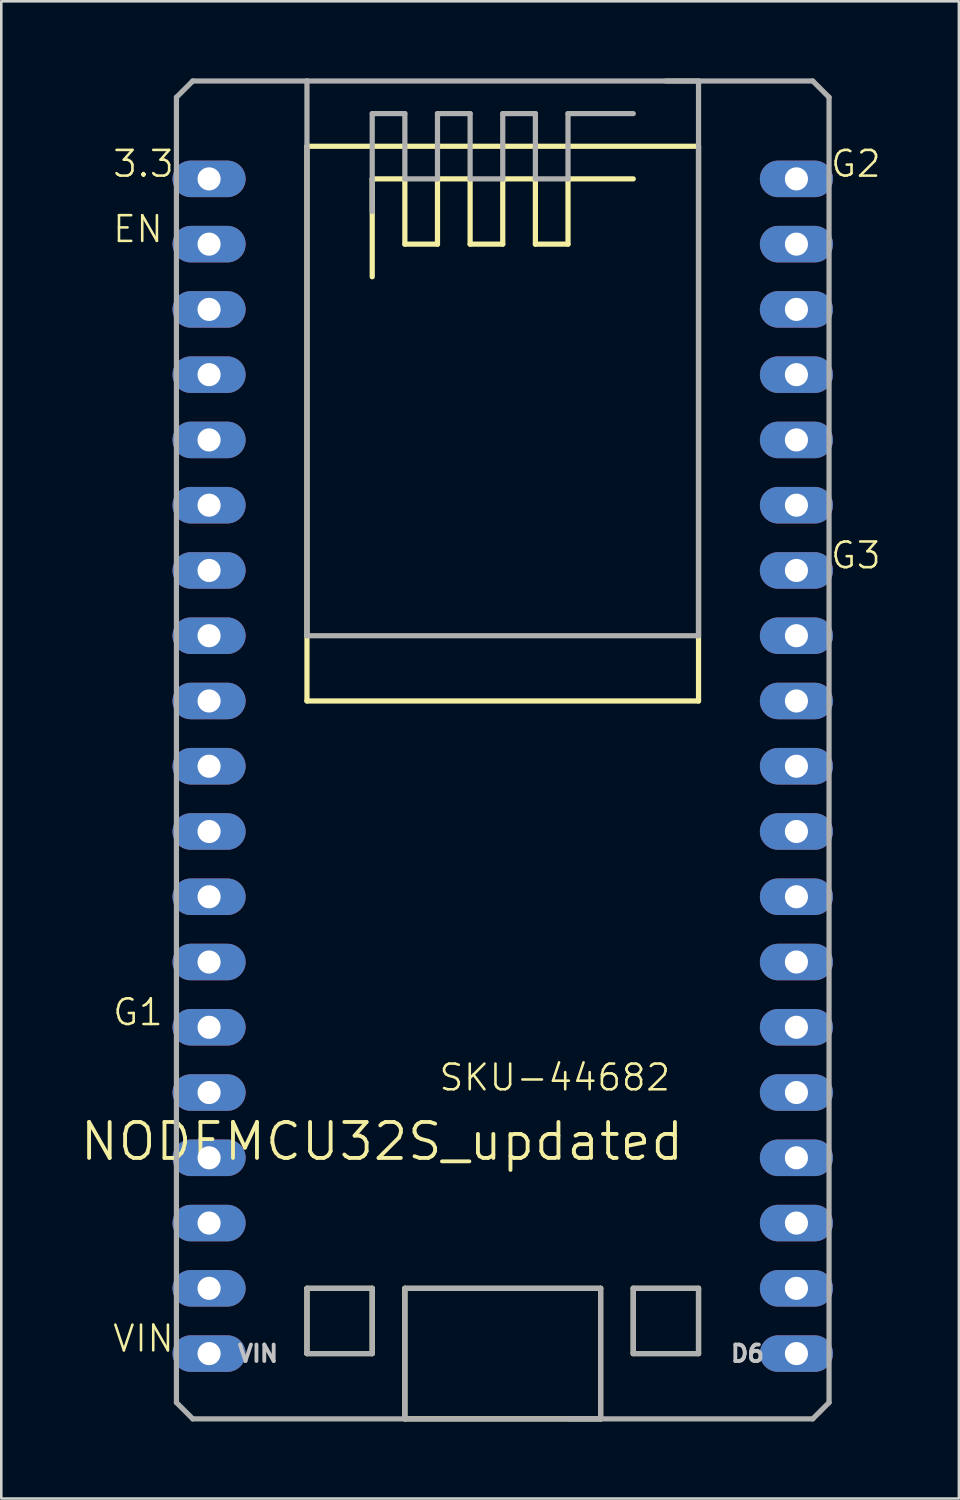
<source format=kicad_pcb>
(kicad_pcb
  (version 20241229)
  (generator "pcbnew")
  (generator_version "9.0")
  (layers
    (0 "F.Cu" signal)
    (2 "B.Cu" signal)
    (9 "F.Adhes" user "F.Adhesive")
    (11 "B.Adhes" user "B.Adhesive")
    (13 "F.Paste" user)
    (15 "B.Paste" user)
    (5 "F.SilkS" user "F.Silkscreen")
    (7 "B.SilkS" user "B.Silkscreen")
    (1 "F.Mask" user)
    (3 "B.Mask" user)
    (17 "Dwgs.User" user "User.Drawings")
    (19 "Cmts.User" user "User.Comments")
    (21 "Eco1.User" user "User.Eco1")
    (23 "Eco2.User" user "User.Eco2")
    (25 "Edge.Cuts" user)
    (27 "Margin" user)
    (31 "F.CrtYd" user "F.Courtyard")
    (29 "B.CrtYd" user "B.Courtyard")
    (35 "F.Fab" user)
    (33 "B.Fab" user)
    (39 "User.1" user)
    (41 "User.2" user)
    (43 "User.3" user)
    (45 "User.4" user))
  (footprint "NODEMCU32S_updated"
    (layer "F.Cu")
    (at 16.517 25.502)
    (property "Reference" "NODEMCU32S_updated" (at -4.699 15.875 180) (layer "F.SilkS") (effects (font (size 1.4 1.4) (thickness 0.15))))
    (attr through_hole)
    (fp_line (start -7.62 -22.86) (end -7.62 -1.27) (stroke (width 0.203) (type solid)) (layer "F.SilkS"))
    (fp_line (start -7.62 -22.86) (end 7.62 -22.86) (stroke (width 0.203) (type solid)) (layer "F.SilkS"))
    (fp_line (start -7.62 -1.27) (end 7.62 -1.27) (stroke (width 0.203) (type solid)) (layer "F.SilkS"))
    (fp_line (start -7.62 21.59) (end -5.08 21.59) (stroke (width 0.203) (type solid)) (layer "F.SilkS"))
    (fp_line (start -7.62 24.13) (end -7.62 21.59) (stroke (width 0.203) (type solid)) (layer "F.SilkS"))
    (fp_line (start -5.08 -21.59) (end -3.81 -21.59) (stroke (width 0.203) (type solid)) (layer "F.SilkS"))
    (fp_line (start -5.08 -17.78) (end -5.08 -21.59) (stroke (width 0.203) (type solid)) (layer "F.SilkS"))
    (fp_line (start -5.08 21.59) (end -5.08 24.13) (stroke (width 0.203) (type solid)) (layer "F.SilkS"))
    (fp_line (start -5.08 24.13) (end -7.62 24.13) (stroke (width 0.203) (type solid)) (layer "F.SilkS"))
    (fp_line (start -3.81 -21.59) (end -3.81 -19.05) (stroke (width 0.203) (type solid)) (layer "F.SilkS"))
    (fp_line (start -3.81 -19.05) (end -2.54 -19.05) (stroke (width 0.203) (type solid)) (layer "F.SilkS"))
    (fp_line (start -3.81 21.59) (end 3.81 21.59) (stroke (width 0.203) (type solid)) (layer "F.SilkS"))
    (fp_line (start -3.81 26.67) (end -3.81 21.59) (stroke (width 0.203) (type solid)) (layer "F.SilkS"))
    (fp_line (start -3.81 26.67) (end 3.81 26.67) (stroke (width 0.203) (type solid)) (layer "F.SilkS"))
    (fp_line (start -2.54 -21.59) (end -1.27 -21.59) (stroke (width 0.203) (type solid)) (layer "F.SilkS"))
    (fp_line (start -2.54 -19.05) (end -2.54 -21.59) (stroke (width 0.203) (type solid)) (layer "F.SilkS"))
    (fp_line (start -1.27 -21.59) (end -1.27 -19.05) (stroke (width 0.203) (type solid)) (layer "F.SilkS"))
    (fp_line (start -1.27 -19.05) (end 0 -19.05) (stroke (width 0.203) (type solid)) (layer "F.SilkS"))
    (fp_line (start 0 -21.59) (end 1.27 -21.59) (stroke (width 0.203) (type solid)) (layer "F.SilkS"))
    (fp_line (start 0 -19.05) (end 0 -21.59) (stroke (width 0.203) (type solid)) (layer "F.SilkS"))
    (fp_line (start 1.27 -21.59) (end 1.27 -19.05) (stroke (width 0.203) (type solid)) (layer "F.SilkS"))
    (fp_line (start 1.27 -19.05) (end 2.54 -19.05) (stroke (width 0.203) (type solid)) (layer "F.SilkS"))
    (fp_line (start 2.54 -21.59) (end 5.08 -21.59) (stroke (width 0.203) (type solid)) (layer "F.SilkS"))
    (fp_line (start 2.54 -19.05) (end 2.54 -21.59) (stroke (width 0.203) (type solid)) (layer "F.SilkS"))
    (fp_line (start 3.81 21.59) (end 3.81 26.67) (stroke (width 0.203) (type solid)) (layer "F.SilkS"))
    (fp_line (start 5.08 21.59) (end 5.08 24.13) (stroke (width 0.203) (type solid)) (layer "F.SilkS"))
    (fp_line (start 5.08 24.13) (end 7.62 24.13) (stroke (width 0.203) (type solid)) (layer "F.SilkS"))
    (fp_line (start 7.62 -1.27) (end 7.62 -22.86) (stroke (width 0.203) (type solid)) (layer "F.SilkS"))
    (fp_line (start 7.62 21.59) (end 5.08 21.59) (stroke (width 0.203) (type solid)) (layer "F.SilkS"))
    (fp_line (start 7.62 24.13) (end 7.62 21.59) (stroke (width 0.203) (type solid)) (layer "F.SilkS"))
    (fp_line (start -12.7 -24.765) (end -12.065 -25.4) (stroke (width 0.203) (type solid)) (layer "F.Fab"))
    (fp_line (start -12.7 26.035) (end -12.7 -24.765) (stroke (width 0.203) (type solid)) (layer "F.Fab"))
    (fp_line (start -12.7 26.035) (end -12.065 26.67) (stroke (width 0.203) (type solid)) (layer "F.Fab"))
    (fp_line (start -12.065 -25.4) (end -7.62 -25.4) (stroke (width 0.203) (type solid)) (layer "F.Fab"))
    (fp_line (start -12.065 26.67) (end -3.81 26.67) (stroke (width 0.203) (type solid)) (layer "F.Fab"))
    (fp_line (start -7.62 -25.4) (end -7.62 -3.81) (stroke (width 0.203) (type solid)) (layer "F.Fab"))
    (fp_line (start -7.62 -25.4) (end 7.62 -25.4) (stroke (width 0.203) (type solid)) (layer "F.Fab"))
    (fp_line (start -7.62 -3.81) (end 7.62 -3.81) (stroke (width 0.203) (type solid)) (layer "F.Fab"))
    (fp_line (start -7.62 21.59) (end -5.08 21.59) (stroke (width 0.203) (type solid)) (layer "F.Fab"))
    (fp_line (start -7.62 24.13) (end -7.62 21.59) (stroke (width 0.203) (type solid)) (layer "F.Fab"))
    (fp_line (start -5.08 -24.13) (end -3.81 -24.13) (stroke (width 0.203) (type solid)) (layer "F.Fab"))
    (fp_line (start -5.08 -20.32) (end -5.08 -24.13) (stroke (width 0.203) (type solid)) (layer "F.Fab"))
    (fp_line (start -5.08 21.59) (end -5.08 24.13) (stroke (width 0.203) (type solid)) (layer "F.Fab"))
    (fp_line (start -5.08 24.13) (end -7.62 24.13) (stroke (width 0.203) (type solid)) (layer "F.Fab"))
    (fp_line (start -3.81 -24.13) (end -3.81 -21.59) (stroke (width 0.203) (type solid)) (layer "F.Fab"))
    (fp_line (start -3.81 -21.59) (end -2.54 -21.59) (stroke (width 0.203) (type solid)) (layer "F.Fab"))
    (fp_line (start -3.81 21.59) (end 3.81 21.59) (stroke (width 0.203) (type solid)) (layer "F.Fab"))
    (fp_line (start -3.81 26.67) (end -3.81 21.59) (stroke (width 0.203) (type solid)) (layer "F.Fab"))
    (fp_line (start -3.81 26.67) (end 3.81 26.67) (stroke (width 0.203) (type solid)) (layer "F.Fab"))
    (fp_line (start -2.54 -24.13) (end -1.27 -24.13) (stroke (width 0.203) (type solid)) (layer "F.Fab"))
    (fp_line (start -2.54 -21.59) (end -2.54 -24.13) (stroke (width 0.203) (type solid)) (layer "F.Fab"))
    (fp_line (start -1.27 -24.13) (end -1.27 -21.59) (stroke (width 0.203) (type solid)) (layer "F.Fab"))
    (fp_line (start -1.27 -21.59) (end 0 -21.59) (stroke (width 0.203) (type solid)) (layer "F.Fab"))
    (fp_line (start 0 -24.13) (end 1.27 -24.13) (stroke (width 0.203) (type solid)) (layer "F.Fab"))
    (fp_line (start 0 -21.59) (end 0 -24.13) (stroke (width 0.203) (type solid)) (layer "F.Fab"))
    (fp_line (start 1.27 -24.13) (end 1.27 -21.59) (stroke (width 0.203) (type solid)) (layer "F.Fab"))
    (fp_line (start 1.27 -21.59) (end 2.54 -21.59) (stroke (width 0.203) (type solid)) (layer "F.Fab"))
    (fp_line (start 2.54 -24.13) (end 5.08 -24.13) (stroke (width 0.203) (type solid)) (layer "F.Fab"))
    (fp_line (start 2.54 -21.59) (end 2.54 -24.13) (stroke (width 0.203) (type solid)) (layer "F.Fab"))
    (fp_line (start 2.54 26.67) (end 12.065 26.67) (stroke (width 0.203) (type solid)) (layer "F.Fab"))
    (fp_line (start 3.81 21.59) (end 3.81 26.67) (stroke (width 0.203) (type solid)) (layer "F.Fab"))
    (fp_line (start 5.08 21.59) (end 5.08 24.13) (stroke (width 0.203) (type solid)) (layer "F.Fab"))
    (fp_line (start 5.08 24.13) (end 7.62 24.13) (stroke (width 0.203) (type solid)) (layer "F.Fab"))
    (fp_line (start 6.35 -25.4) (end 12.065 -25.4) (stroke (width 0.203) (type solid)) (layer "F.Fab"))
    (fp_line (start 7.62 -3.81) (end 7.62 -25.4) (stroke (width 0.203) (type solid)) (layer "F.Fab"))
    (fp_line (start 7.62 21.59) (end 5.08 21.59) (stroke (width 0.203) (type solid)) (layer "F.Fab"))
    (fp_line (start 7.62 24.13) (end 7.62 21.59) (stroke (width 0.203) (type solid)) (layer "F.Fab"))
    (fp_line (start 12.065 -25.4) (end 12.7 -24.765) (stroke (width 0.203) (type solid)) (layer "F.Fab"))
    (fp_line (start 12.7 -24.765) (end 12.7 26.035) (stroke (width 0.203) (type solid)) (layer "F.Fab"))
    (fp_line (start 12.7 26.035) (end 12.065 26.67) (stroke (width 0.203) (type solid)) (layer "F.Fab"))
    (fp_text user "G2" (at 12.7 -21.59 0) (unlocked yes) (layer "F.SilkS") (effects (font (size 1 1) (thickness 0.1)) (justify left bottom)))
    (fp_text user "G1" (at -15.24 11.43 0) (unlocked yes) (layer "F.SilkS") (effects (font (size 1 1) (thickness 0.1)) (justify left bottom)))
    (fp_text user "EN" (at -15.24 -19.05 0) (unlocked yes) (layer "F.SilkS") (effects (font (size 1 1) (thickness 0.1)) (justify left bottom)))
    (fp_text user "G3" (at 12.7 -6.35 0) (unlocked yes) (layer "F.SilkS") (effects (font (size 1 1) (thickness 0.1)) (justify left bottom)))
    (fp_text user "3.3" (at -15.24 -21.59 0) (unlocked yes) (layer "F.SilkS") (effects (font (size 1 1) (thickness 0.1)) (justify left bottom)))
    (fp_text user "VIN" (at -15.24 24.13 0) (unlocked yes) (layer "F.SilkS") (effects (font (size 1 1) (thickness 0.1)) (justify left bottom)))
    (fp_text user "SKU-44682" (at -2.54 13.97 0) (unlocked yes) (layer "F.SilkS") (effects (font (size 1 1) (thickness 0.1)) (justify left bottom)))
    (fp_text user "VIN" (at -9.525 24.13 180) (layer "Dwgs.User") (effects (font (size 0.64 0.64) (thickness 0.15))))
    (fp_text user "D6" (at 9.525 24.13 180) (layer "Dwgs.User") (effects (font (size 0.64 0.64) (thickness 0.15))))
    (pad "3V3" thru_hole oval (at -11.43 -21.59) (size 2.845 1.422) (drill 0.9) (layers "*.Cu" "*.Mask"))
    (pad "EN" thru_hole oval (at -11.43 -19.05) (size 2.845 1.422) (drill 0.9) (layers "*.Cu" "*.Mask"))
    (pad "GND@1" thru_hole oval (at -11.43 11.43) (size 2.845 1.422) (drill 0.9) (layers "*.Cu" "*.Mask"))
    (pad "GND@2" thru_hole oval (at 11.43 -21.59) (size 2.845 1.422) (drill 0.9) (layers "*.Cu" "*.Mask"))
    (pad "GND@3" thru_hole oval (at 11.43 -6.35) (size 2.845 1.422) (drill 0.9) (layers "*.Cu" "*.Mask"))
    (pad "GPIO0" thru_hole oval (at 11.43 11.43) (size 2.845 1.422) (drill 0.9) (layers "*.Cu" "*.Mask"))
    (pad "GPIO2" thru_hole oval (at 11.43 13.97) (size 2.845 1.422) (drill 0.9) (layers "*.Cu" "*.Mask"))
    (pad "GPIO4" thru_hole oval (at 11.43 8.89) (size 2.845 1.422) (drill 0.9) (layers "*.Cu" "*.Mask"))
    (pad "GPIO5" thru_hole oval (at 11.43 1.27) (size 2.845 1.422) (drill 0.9) (layers "*.Cu" "*.Mask"))
    (pad "GPIO6" thru_hole oval (at 11.43 24.13) (size 2.845 1.422) (drill 0.9) (layers "*.Cu" "*.Mask"))
    (pad "GPIO7" thru_hole oval (at 11.43 21.59) (size 2.845 1.422) (drill 0.9) (layers "*.Cu" "*.Mask"))
    (pad "GPIO8" thru_hole oval (at 11.43 19.05) (size 2.845 1.422) (drill 0.9) (layers "*.Cu" "*.Mask"))
    (pad "GPIO9" thru_hole oval (at -11.43 16.51) (size 2.845 1.422) (drill 0.9) (layers "*.Cu" "*.Mask"))
    (pad "GPIO10" thru_hole oval (at -11.43 19.05) (size 2.845 1.422) (drill 0.9) (layers "*.Cu" "*.Mask"))
    (pad "GPIO11" thru_hole oval (at -11.43 21.59) (size 2.845 1.422) (drill 0.9) (layers "*.Cu" "*.Mask"))
    (pad "GPIO12" thru_hole oval (at -11.43 8.89) (size 2.845 1.422) (drill 0.9) (layers "*.Cu" "*.Mask"))
    (pad "GPIO13" thru_hole oval (at -11.43 13.97) (size 2.845 1.422) (drill 0.9) (layers "*.Cu" "*.Mask"))
    (pad "GPIO14" thru_hole oval (at -11.43 6.35) (size 2.845 1.422) (drill 0.9) (layers "*.Cu" "*.Mask"))
    (pad "GPIO15" thru_hole oval (at 11.43 16.51) (size 2.845 1.422) (drill 0.9) (layers "*.Cu" "*.Mask"))
    (pad "GPIO16" thru_hole oval (at 11.43 6.35) (size 2.845 1.422) (drill 0.9) (layers "*.Cu" "*.Mask"))
    (pad "GPIO17" thru_hole oval (at 11.43 3.81) (size 2.845 1.422) (drill 0.9) (layers "*.Cu" "*.Mask"))
    (pad "GPIO18" thru_hole oval (at 11.43 -1.27) (size 2.845 1.422) (drill 0.9) (layers "*.Cu" "*.Mask"))
    (pad "GPIO19" thru_hole oval (at 11.43 -3.81) (size 2.845 1.422) (drill 0.9) (layers "*.Cu" "*.Mask"))
    (pad "GPIO21" thru_hole oval (at 11.43 -8.89) (size 2.845 1.422) (drill 0.9) (layers "*.Cu" "*.Mask"))
    (pad "GPIO22" thru_hole oval (at 11.43 -16.51) (size 2.845 1.422) (drill 0.9) (layers "*.Cu" "*.Mask"))
    (pad "GPIO23" thru_hole oval (at 11.43 -19.05) (size 2.845 1.422) (drill 0.9) (layers "*.Cu" "*.Mask"))
    (pad "GPIO25" thru_hole oval (at -11.43 -1.27) (size 2.845 1.422) (drill 0.9) (layers "*.Cu" "*.Mask"))
    (pad "GPIO26" thru_hole oval (at -11.43 1.27) (size 2.845 1.422) (drill 0.9) (layers "*.Cu" "*.Mask"))
    (pad "GPIO27" thru_hole oval (at -11.43 3.81) (size 2.845 1.422) (drill 0.9) (layers "*.Cu" "*.Mask"))
    (pad "GPIO32" thru_hole oval (at -11.43 -6.35) (size 2.845 1.422) (drill 0.9) (layers "*.Cu" "*.Mask"))
    (pad "GPIO33" thru_hole oval (at -11.43 -3.81) (size 2.845 1.422) (drill 0.9) (layers "*.Cu" "*.Mask"))
    (pad "GPIO34" thru_hole oval (at -11.43 -11.43) (size 2.845 1.422) (drill 0.9) (layers "*.Cu" "*.Mask"))
    (pad "GPIO35" thru_hole oval (at -11.43 -8.89) (size 2.845 1.422) (drill 0.9) (layers "*.Cu" "*.Mask"))
    (pad "GPIO36" thru_hole oval (at -11.43 -16.51) (size 2.845 1.422) (drill 0.9) (layers "*.Cu" "*.Mask"))
    (pad "GPIO39" thru_hole oval (at -11.43 -13.97) (size 2.845 1.422) (drill 0.9) (layers "*.Cu" "*.Mask"))
    (pad "RX0" thru_hole oval (at 11.43 -11.43) (size 2.845 1.422) (drill 0.9) (layers "*.Cu" "*.Mask"))
    (pad "TX0" thru_hole oval (at 11.43 -13.97) (size 2.845 1.422) (drill 0.9) (layers "*.Cu" "*.Mask"))
    (pad "VIN" thru_hole oval (at -11.43 24.13) (size 2.845 1.422) (drill 0.9) (layers "*.Cu" "*.Mask")))
  (gr_rect
    (start -3 -3)
    (end 34.27 55.273)
    (stroke (width 0.1) (type default))
    (fill no)
    (layer "Edge.Cuts")))
</source>
